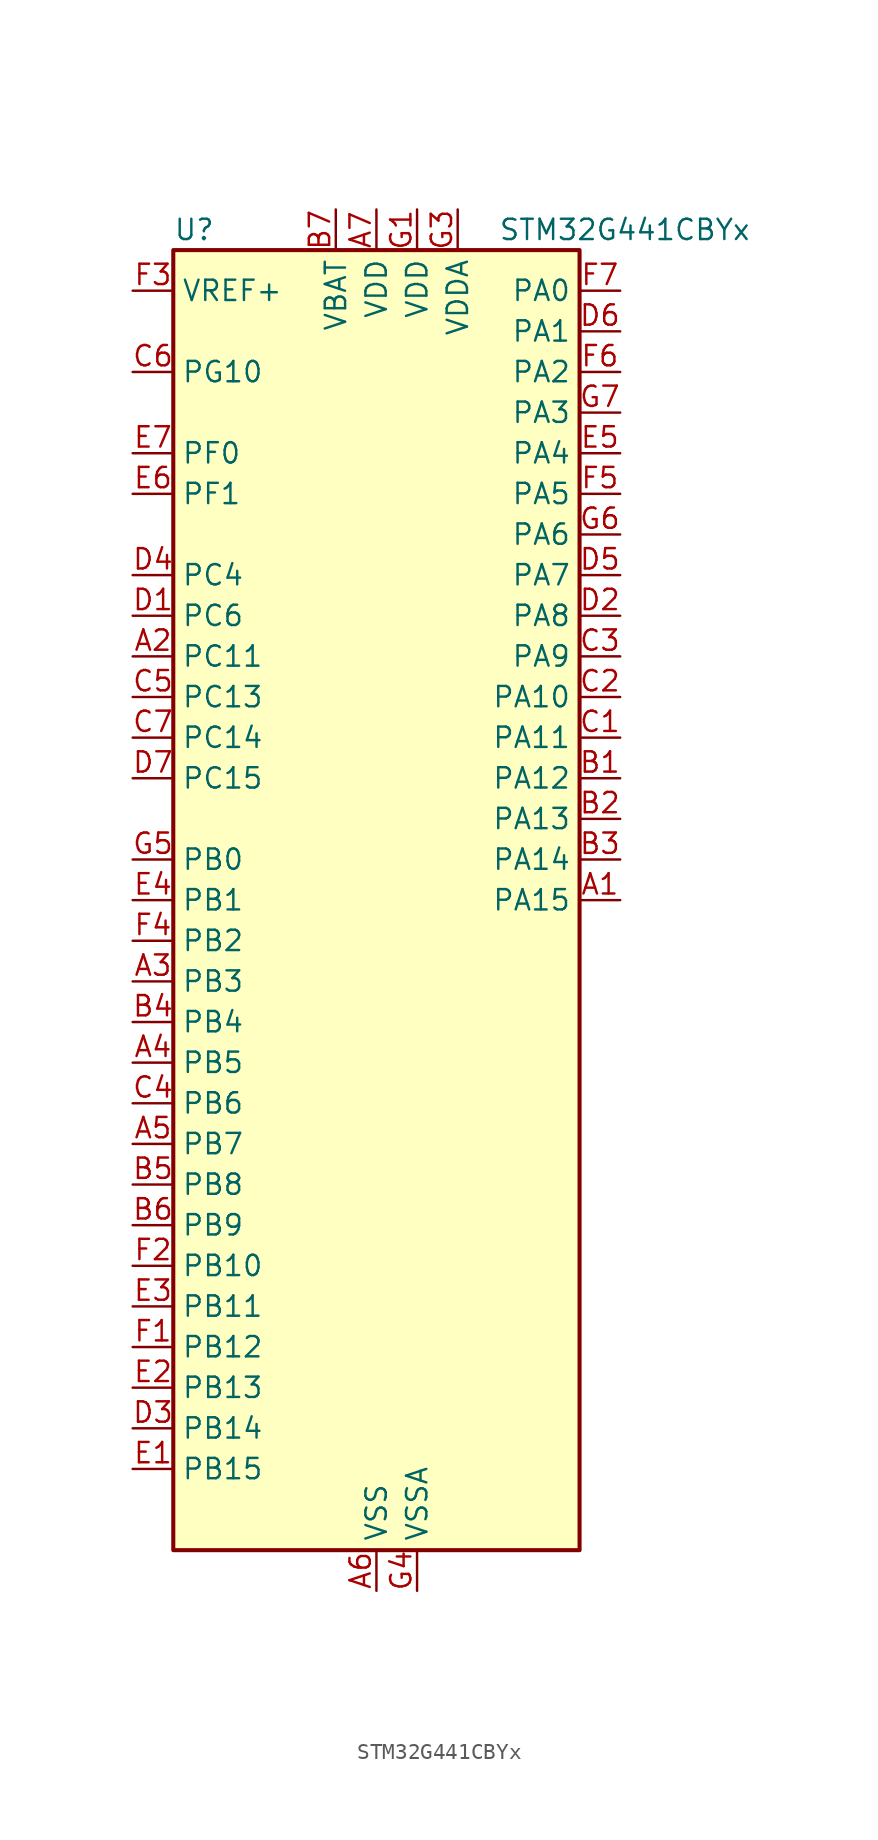
<source format=kicad_sym>
(kicad_symbol_lib
  (version 20231120)
  (generator "kicad_symbol_editor")
  (generator_version "8.0")
  (symbol "STM32G441CBYx"
    (property "Reference" "U"
      (at -12.7 41.91 0)
      (effects (font (size 1.27 1.27)) (justify left)))
    (property "Value" "STM32G441CBYx"
      (at 7.62 41.91 0)
      (effects (font (size 1.27 1.27)) (justify left)))
    (property "ki_locked" ""
      (at 0 0 0)
      (effects (font (size 1.27 1.27))))
    (symbol "STM32G441CBYx_0_1"
      (rectangle (start -12.7 -40.64) (end 12.7 40.64) (stroke (width 0.254) (type default)) (fill (type background))))
    (symbol "STM32G441CBYx_1_1"
      (pin bidirectional line (at 15.24 0 180) (length 2.54) (name "PA15" (effects (font (size 1.27 1.27)))) (number "A1" (effects (font (size 1.27 1.27)))) (alternate "ADC1_EXTI15" bidirectional line) (alternate "ADC2_EXTI15" bidirectional line) (alternate "I2C1_SCL" bidirectional line) (alternate "I2S3_WS" bidirectional line) (alternate "SPI1_NSS" bidirectional line) (alternate "SPI3_NSS" bidirectional line) (alternate "SYS_JTDI" bidirectional line) (alternate "TIM1_BKIN" bidirectional line) (alternate "TIM2_CH1" bidirectional line) (alternate "TIM2_ETR" bidirectional line) (alternate "TIM8_CH1" bidirectional line) (alternate "USART2_RX" bidirectional line))
      (pin bidirectional line (at -15.24 15.24 0) (length 2.54) (name "PC11" (effects (font (size 1.27 1.27)))) (number "A2" (effects (font (size 1.27 1.27)))) (alternate "ADC1_EXTI11" bidirectional line) (alternate "ADC2_EXTI11" bidirectional line) (alternate "I2C3_SDA" bidirectional line) (alternate "SPI3_MISO" bidirectional line) (alternate "TIM8_CH2N" bidirectional line) (alternate "USART3_RX" bidirectional line))
      (pin bidirectional line (at -15.24 -5.08 0) (length 2.54) (name "PB3" (effects (font (size 1.27 1.27)))) (number "A3" (effects (font (size 1.27 1.27)))) (alternate "CRS_SYNC" bidirectional line) (alternate "I2S3_CK" bidirectional line) (alternate "SAI1_SCK_B" bidirectional line) (alternate "SPI1_SCK" bidirectional line) (alternate "SPI3_SCK" bidirectional line) (alternate "SYS_JTDO-SWO" bidirectional line) (alternate "TIM2_CH2" bidirectional line) (alternate "TIM3_ETR" bidirectional line) (alternate "TIM4_ETR" bidirectional line) (alternate "TIM8_CH1N" bidirectional line) (alternate "USART2_TX" bidirectional line))
      (pin bidirectional line (at -15.24 -10.16 0) (length 2.54) (name "PB5" (effects (font (size 1.27 1.27)))) (number "A4" (effects (font (size 1.27 1.27)))) (alternate "I2C1_SMBA" bidirectional line) (alternate "I2C3_SDA" bidirectional line) (alternate "I2S3_SD" bidirectional line) (alternate "LPTIM1_IN1" bidirectional line) (alternate "SAI1_SD_B" bidirectional line) (alternate "SPI1_MOSI" bidirectional line) (alternate "SPI3_MOSI" bidirectional line) (alternate "TIM16_BKIN" bidirectional line) (alternate "TIM17_CH1" bidirectional line) (alternate "TIM3_CH2" bidirectional line) (alternate "TIM8_CH3N" bidirectional line) (alternate "USART2_CK" bidirectional line))
      (pin bidirectional line (at -15.24 -15.24 0) (length 2.54) (name "PB7" (effects (font (size 1.27 1.27)))) (number "A5" (effects (font (size 1.27 1.27)))) (alternate "COMP3_OUT" bidirectional line) (alternate "I2C1_SDA" bidirectional line) (alternate "LPTIM1_IN2" bidirectional line) (alternate "SYS_PVD_IN" bidirectional line) (alternate "TIM17_CH1N" bidirectional line) (alternate "TIM3_CH4" bidirectional line) (alternate "TIM4_CH2" bidirectional line) (alternate "TIM8_BKIN" bidirectional line) (alternate "USART1_RX" bidirectional line))
      (pin power_in line (at 0 -43.18 90) (length 2.54) (name "VSS" (effects (font (size 1.27 1.27)))) (number "A6" (effects (font (size 1.27 1.27)))))
      (pin power_in line (at 0 43.18 270) (length 2.54) (name "VDD" (effects (font (size 1.27 1.27)))) (number "A7" (effects (font (size 1.27 1.27)))))
      (pin bidirectional line (at 15.24 7.62 180) (length 2.54) (name "PA12" (effects (font (size 1.27 1.27)))) (number "B1" (effects (font (size 1.27 1.27)))) (alternate "COMP2_OUT" bidirectional line) (alternate "FDCAN1_TX" bidirectional line) (alternate "I2S_CKIN" bidirectional line) (alternate "TIM16_CH1" bidirectional line) (alternate "TIM1_CH2N" bidirectional line) (alternate "TIM1_ETR" bidirectional line) (alternate "TIM4_CH2" bidirectional line) (alternate "USART1_DE" bidirectional line) (alternate "USART1_RTS" bidirectional line) (alternate "USB_DP" bidirectional line))
      (pin bidirectional line (at 15.24 5.08 180) (length 2.54) (name "PA13" (effects (font (size 1.27 1.27)))) (number "B2" (effects (font (size 1.27 1.27)))) (alternate "I2C1_SCL" bidirectional line) (alternate "IR_OUT" bidirectional line) (alternate "SAI1_SD_B" bidirectional line) (alternate "SYS_JTMS-SWDIO" bidirectional line) (alternate "TIM16_CH1N" bidirectional line) (alternate "TIM4_CH3" bidirectional line) (alternate "USART3_CTS" bidirectional line) (alternate "USART3_NSS" bidirectional line))
      (pin bidirectional line (at 15.24 2.54 180) (length 2.54) (name "PA14" (effects (font (size 1.27 1.27)))) (number "B3" (effects (font (size 1.27 1.27)))) (alternate "I2C1_SDA" bidirectional line) (alternate "LPTIM1_OUT" bidirectional line) (alternate "SAI1_FS_B" bidirectional line) (alternate "SYS_JTCK-SWCLK" bidirectional line) (alternate "TIM1_BKIN" bidirectional line) (alternate "TIM8_CH2" bidirectional line) (alternate "USART2_TX" bidirectional line))
      (pin bidirectional line (at -15.24 -7.62 0) (length 2.54) (name "PB4" (effects (font (size 1.27 1.27)))) (number "B4" (effects (font (size 1.27 1.27)))) (alternate "SAI1_MCLK_B" bidirectional line) (alternate "SPI1_MISO" bidirectional line) (alternate "SPI3_MISO" bidirectional line) (alternate "SYS_JTRST" bidirectional line) (alternate "TIM16_CH1" bidirectional line) (alternate "TIM17_BKIN" bidirectional line) (alternate "TIM3_CH1" bidirectional line) (alternate "TIM8_CH2N" bidirectional line) (alternate "UCPD1_CC2" bidirectional line) (alternate "USART2_RX" bidirectional line))
      (pin bidirectional line (at -15.24 -17.78 0) (length 2.54) (name "PB8" (effects (font (size 1.27 1.27)))) (number "B5" (effects (font (size 1.27 1.27)))) (alternate "COMP1_OUT" bidirectional line) (alternate "FDCAN1_RX" bidirectional line) (alternate "I2C1_SCL" bidirectional line) (alternate "SAI1_CK1" bidirectional line) (alternate "SAI1_MCLK_A" bidirectional line) (alternate "TIM16_CH1" bidirectional line) (alternate "TIM1_BKIN" bidirectional line) (alternate "TIM4_CH3" bidirectional line) (alternate "TIM8_CH2" bidirectional line) (alternate "USART3_RX" bidirectional line))
      (pin bidirectional line (at -15.24 -20.32 0) (length 2.54) (name "PB9" (effects (font (size 1.27 1.27)))) (number "B6" (effects (font (size 1.27 1.27)))) (alternate "COMP2_OUT" bidirectional line) (alternate "DAC1_EXTI9" bidirectional line) (alternate "DAC3_EXTI9" bidirectional line) (alternate "FDCAN1_TX" bidirectional line) (alternate "I2C1_SDA" bidirectional line) (alternate "IR_OUT" bidirectional line) (alternate "SAI1_D2" bidirectional line) (alternate "SAI1_FS_A" bidirectional line) (alternate "TIM17_CH1" bidirectional line) (alternate "TIM1_CH3N" bidirectional line) (alternate "TIM4_CH4" bidirectional line) (alternate "TIM8_CH3" bidirectional line) (alternate "USART3_TX" bidirectional line))
      (pin power_in line (at -2.54 43.18 270) (length 2.54) (name "VBAT" (effects (font (size 1.27 1.27)))) (number "B7" (effects (font (size 1.27 1.27)))))
      (pin bidirectional line (at 15.24 10.16 180) (length 2.54) (name "PA11" (effects (font (size 1.27 1.27)))) (number "C1" (effects (font (size 1.27 1.27)))) (alternate "ADC1_EXTI11" bidirectional line) (alternate "ADC2_EXTI11" bidirectional line) (alternate "COMP1_OUT" bidirectional line) (alternate "FDCAN1_RX" bidirectional line) (alternate "I2S2_SD" bidirectional line) (alternate "SPI2_MOSI" bidirectional line) (alternate "TIM1_BKIN2" bidirectional line) (alternate "TIM1_CH1N" bidirectional line) (alternate "TIM1_CH4" bidirectional line) (alternate "TIM4_CH1" bidirectional line) (alternate "USART1_CTS" bidirectional line) (alternate "USART1_NSS" bidirectional line) (alternate "USB_DM" bidirectional line))
      (pin bidirectional line (at 15.24 12.7 180) (length 2.54) (name "PA10" (effects (font (size 1.27 1.27)))) (number "C2" (effects (font (size 1.27 1.27)))) (alternate "CRS_SYNC" bidirectional line) (alternate "DAC1_EXTI10" bidirectional line) (alternate "DAC3_EXTI10" bidirectional line) (alternate "I2C2_SMBA" bidirectional line) (alternate "SAI1_D1" bidirectional line) (alternate "SAI1_SD_A" bidirectional line) (alternate "SPI2_MISO" bidirectional line) (alternate "TIM17_BKIN" bidirectional line) (alternate "TIM1_CH3" bidirectional line) (alternate "TIM2_CH4" bidirectional line) (alternate "TIM8_BKIN" bidirectional line) (alternate "UCPD1_DBCC2" bidirectional line) (alternate "USART1_RX" bidirectional line))
      (pin bidirectional line (at 15.24 15.24 180) (length 2.54) (name "PA9" (effects (font (size 1.27 1.27)))) (number "C3" (effects (font (size 1.27 1.27)))) (alternate "DAC1_EXTI9" bidirectional line) (alternate "DAC3_EXTI9" bidirectional line) (alternate "I2C2_SCL" bidirectional line) (alternate "I2C3_SMBA" bidirectional line) (alternate "I2S3_MCK" bidirectional line) (alternate "SAI1_FS_A" bidirectional line) (alternate "TIM15_BKIN" bidirectional line) (alternate "TIM1_CH2" bidirectional line) (alternate "TIM2_CH3" bidirectional line) (alternate "UCPD1_DBCC1" bidirectional line) (alternate "USART1_TX" bidirectional line))
      (pin bidirectional line (at -15.24 -12.7 0) (length 2.54) (name "PB6" (effects (font (size 1.27 1.27)))) (number "C4" (effects (font (size 1.27 1.27)))) (alternate "COMP4_OUT" bidirectional line) (alternate "LPTIM1_ETR" bidirectional line) (alternate "SAI1_FS_B" bidirectional line) (alternate "TIM16_CH1N" bidirectional line) (alternate "TIM4_CH1" bidirectional line) (alternate "TIM8_BKIN2" bidirectional line) (alternate "TIM8_CH1" bidirectional line) (alternate "TIM8_ETR" bidirectional line) (alternate "UCPD1_CC1" bidirectional line) (alternate "USART1_TX" bidirectional line))
      (pin bidirectional line (at -15.24 12.7 0) (length 2.54) (name "PC13" (effects (font (size 1.27 1.27)))) (number "C5" (effects (font (size 1.27 1.27)))) (alternate "RTC_OUT1" bidirectional line) (alternate "RTC_TAMP1" bidirectional line) (alternate "RTC_TS" bidirectional line) (alternate "SYS_WKUP2" bidirectional line) (alternate "TIM1_BKIN" bidirectional line) (alternate "TIM1_CH1N" bidirectional line) (alternate "TIM8_CH4N" bidirectional line))
      (pin bidirectional line (at -15.24 33.02 0) (length 2.54) (name "PG10" (effects (font (size 1.27 1.27)))) (number "C6" (effects (font (size 1.27 1.27)))) (alternate "DAC1_EXTI10" bidirectional line) (alternate "DAC3_EXTI10" bidirectional line) (alternate "RCC_MCO" bidirectional line))
      (pin bidirectional line (at -15.24 10.16 0) (length 2.54) (name "PC14" (effects (font (size 1.27 1.27)))) (number "C7" (effects (font (size 1.27 1.27)))) (alternate "RCC_OSC32_IN" bidirectional line))
      (pin bidirectional line (at -15.24 17.78 0) (length 2.54) (name "PC6" (effects (font (size 1.27 1.27)))) (number "D1" (effects (font (size 1.27 1.27)))) (alternate "I2S2_MCK" bidirectional line) (alternate "TIM3_CH1" bidirectional line) (alternate "TIM8_CH1" bidirectional line))
      (pin bidirectional line (at 15.24 17.78 180) (length 2.54) (name "PA8" (effects (font (size 1.27 1.27)))) (number "D2" (effects (font (size 1.27 1.27)))) (alternate "I2C2_SDA" bidirectional line) (alternate "I2C3_SCL" bidirectional line) (alternate "I2S2_MCK" bidirectional line) (alternate "RCC_MCO" bidirectional line) (alternate "SAI1_CK2" bidirectional line) (alternate "SAI1_SCK_A" bidirectional line) (alternate "TIM1_CH1" bidirectional line) (alternate "TIM4_ETR" bidirectional line) (alternate "USART1_CK" bidirectional line))
      (pin bidirectional line (at -15.24 -33.02 0) (length 2.54) (name "PB14" (effects (font (size 1.27 1.27)))) (number "D3" (effects (font (size 1.27 1.27)))) (alternate "ADC1_IN5" bidirectional line) (alternate "COMP4_OUT" bidirectional line) (alternate "OPAMP2_VINP" bidirectional line) (alternate "OPAMP2_VINP_SEC" bidirectional line) (alternate "SPI2_MISO" bidirectional line) (alternate "TIM15_CH1" bidirectional line) (alternate "TIM1_CH2N" bidirectional line) (alternate "USART3_DE" bidirectional line) (alternate "USART3_RTS" bidirectional line))
      (pin bidirectional line (at -15.24 20.32 0) (length 2.54) (name "PC4" (effects (font (size 1.27 1.27)))) (number "D4" (effects (font (size 1.27 1.27)))) (alternate "ADC2_IN5" bidirectional line) (alternate "I2C2_SCL" bidirectional line) (alternate "TIM1_ETR" bidirectional line) (alternate "USART1_TX" bidirectional line))
      (pin bidirectional line (at 15.24 20.32 180) (length 2.54) (name "PA7" (effects (font (size 1.27 1.27)))) (number "D5" (effects (font (size 1.27 1.27)))) (alternate "ADC2_IN4" bidirectional line) (alternate "COMP2_INP" bidirectional line) (alternate "COMP2_OUT" bidirectional line) (alternate "OPAMP1_VINP" bidirectional line) (alternate "OPAMP1_VINP_SEC" bidirectional line) (alternate "OPAMP2_VINP" bidirectional line) (alternate "OPAMP2_VINP_SEC" bidirectional line) (alternate "SPI1_MOSI" bidirectional line) (alternate "TIM17_CH1" bidirectional line) (alternate "TIM1_CH1N" bidirectional line) (alternate "TIM3_CH2" bidirectional line) (alternate "TIM8_CH1N" bidirectional line) (alternate "UCPD1_FRSTX1" bidirectional line) (alternate "UCPD1_FRSTX2" bidirectional line))
      (pin bidirectional line (at 15.24 35.56 180) (length 2.54) (name "PA1" (effects (font (size 1.27 1.27)))) (number "D6" (effects (font (size 1.27 1.27)))) (alternate "ADC1_IN2" bidirectional line) (alternate "ADC2_IN2" bidirectional line) (alternate "COMP1_INP" bidirectional line) (alternate "OPAMP1_VINP" bidirectional line) (alternate "OPAMP1_VINP_SEC" bidirectional line) (alternate "OPAMP3_VINP" bidirectional line) (alternate "OPAMP3_VINP_SEC" bidirectional line) (alternate "RTC_REFIN" bidirectional line) (alternate "TIM15_CH1N" bidirectional line) (alternate "TIM2_CH2" bidirectional line) (alternate "USART2_DE" bidirectional line) (alternate "USART2_RTS" bidirectional line))
      (pin bidirectional line (at -15.24 7.62 0) (length 2.54) (name "PC15" (effects (font (size 1.27 1.27)))) (number "D7" (effects (font (size 1.27 1.27)))) (alternate "ADC1_EXTI15" bidirectional line) (alternate "ADC2_EXTI15" bidirectional line) (alternate "RCC_OSC32_OUT" bidirectional line))
      (pin bidirectional line (at -15.24 -35.56 0) (length 2.54) (name "PB15" (effects (font (size 1.27 1.27)))) (number "E1" (effects (font (size 1.27 1.27)))) (alternate "ADC1_EXTI15" bidirectional line) (alternate "ADC2_EXTI15" bidirectional line) (alternate "ADC2_IN15" bidirectional line) (alternate "COMP3_OUT" bidirectional line) (alternate "I2S2_SD" bidirectional line) (alternate "RTC_REFIN" bidirectional line) (alternate "SPI2_MOSI" bidirectional line) (alternate "TIM15_CH1N" bidirectional line) (alternate "TIM15_CH2" bidirectional line) (alternate "TIM1_CH3N" bidirectional line))
      (pin bidirectional line (at -15.24 -30.48 0) (length 2.54) (name "PB13" (effects (font (size 1.27 1.27)))) (number "E2" (effects (font (size 1.27 1.27)))) (alternate "I2S2_CK" bidirectional line) (alternate "LPUART1_CTS" bidirectional line) (alternate "OPAMP3_VINP" bidirectional line) (alternate "OPAMP3_VINP_SEC" bidirectional line) (alternate "SPI2_SCK" bidirectional line) (alternate "TIM1_CH1N" bidirectional line) (alternate "USART3_CTS" bidirectional line) (alternate "USART3_NSS" bidirectional line))
      (pin bidirectional line (at -15.24 -25.4 0) (length 2.54) (name "PB11" (effects (font (size 1.27 1.27)))) (number "E3" (effects (font (size 1.27 1.27)))) (alternate "ADC1_EXTI11" bidirectional line) (alternate "ADC1_IN14" bidirectional line) (alternate "ADC2_EXTI11" bidirectional line) (alternate "ADC2_IN14" bidirectional line) (alternate "LPUART1_TX" bidirectional line) (alternate "TIM2_CH4" bidirectional line) (alternate "USART3_RX" bidirectional line))
      (pin bidirectional line (at -15.24 0 0) (length 2.54) (name "PB1" (effects (font (size 1.27 1.27)))) (number "E4" (effects (font (size 1.27 1.27)))) (alternate "ADC1_IN12" bidirectional line) (alternate "COMP1_INP" bidirectional line) (alternate "COMP4_OUT" bidirectional line) (alternate "LPUART1_DE" bidirectional line) (alternate "LPUART1_RTS" bidirectional line) (alternate "OPAMP3_VOUT" bidirectional line) (alternate "TIM1_CH3N" bidirectional line) (alternate "TIM3_CH4" bidirectional line) (alternate "TIM8_CH3N" bidirectional line))
      (pin bidirectional line (at 15.24 27.94 180) (length 2.54) (name "PA4" (effects (font (size 1.27 1.27)))) (number "E5" (effects (font (size 1.27 1.27)))) (alternate "ADC2_IN17" bidirectional line) (alternate "COMP1_INM" bidirectional line) (alternate "DAC1_OUT1" bidirectional line) (alternate "I2S3_WS" bidirectional line) (alternate "SAI1_FS_B" bidirectional line) (alternate "SPI1_NSS" bidirectional line) (alternate "SPI3_NSS" bidirectional line) (alternate "TIM3_CH2" bidirectional line) (alternate "USART2_CK" bidirectional line))
      (pin bidirectional line (at -15.24 25.4 0) (length 2.54) (name "PF1" (effects (font (size 1.27 1.27)))) (number "E6" (effects (font (size 1.27 1.27)))) (alternate "ADC2_IN10" bidirectional line) (alternate "COMP3_INM" bidirectional line) (alternate "I2S2_CK" bidirectional line) (alternate "RCC_OSC_OUT" bidirectional line) (alternate "SPI2_SCK" bidirectional line))
      (pin bidirectional line (at -15.24 27.94 0) (length 2.54) (name "PF0" (effects (font (size 1.27 1.27)))) (number "E7" (effects (font (size 1.27 1.27)))) (alternate "ADC1_IN10" bidirectional line) (alternate "I2C2_SDA" bidirectional line) (alternate "I2S2_WS" bidirectional line) (alternate "RCC_OSC_IN" bidirectional line) (alternate "SPI2_NSS" bidirectional line) (alternate "TIM1_CH3N" bidirectional line))
      (pin bidirectional line (at -15.24 -27.94 0) (length 2.54) (name "PB12" (effects (font (size 1.27 1.27)))) (number "F1" (effects (font (size 1.27 1.27)))) (alternate "ADC1_IN11" bidirectional line) (alternate "I2C2_SMBA" bidirectional line) (alternate "I2S2_WS" bidirectional line) (alternate "LPUART1_DE" bidirectional line) (alternate "LPUART1_RTS" bidirectional line) (alternate "SPI2_NSS" bidirectional line) (alternate "TIM1_BKIN" bidirectional line) (alternate "USART3_CK" bidirectional line))
      (pin bidirectional line (at -15.24 -22.86 0) (length 2.54) (name "PB10" (effects (font (size 1.27 1.27)))) (number "F2" (effects (font (size 1.27 1.27)))) (alternate "DAC1_EXTI10" bidirectional line) (alternate "DAC3_EXTI10" bidirectional line) (alternate "LPUART1_RX" bidirectional line) (alternate "OPAMP3_VINM" bidirectional line) (alternate "OPAMP3_VINM1" bidirectional line) (alternate "OPAMP3_VINM_SEC" bidirectional line) (alternate "SAI1_SCK_A" bidirectional line) (alternate "TIM1_BKIN" bidirectional line) (alternate "TIM2_CH3" bidirectional line) (alternate "USART3_TX" bidirectional line))
      (pin input line (at -15.24 38.1 0) (length 2.54) (name "VREF+" (effects (font (size 1.27 1.27)))) (number "F3" (effects (font (size 1.27 1.27)))) (alternate "VREFBUF_OUT" bidirectional line))
      (pin bidirectional line (at -15.24 -2.54 0) (length 2.54) (name "PB2" (effects (font (size 1.27 1.27)))) (number "F4" (effects (font (size 1.27 1.27)))) (alternate "ADC2_IN12" bidirectional line) (alternate "COMP4_INM" bidirectional line) (alternate "I2C3_SMBA" bidirectional line) (alternate "LPTIM1_OUT" bidirectional line) (alternate "OPAMP3_VINM" bidirectional line) (alternate "OPAMP3_VINM0" bidirectional line) (alternate "OPAMP3_VINM_SEC" bidirectional line) (alternate "RTC_OUT2" bidirectional line))
      (pin bidirectional line (at 15.24 25.4 180) (length 2.54) (name "PA5" (effects (font (size 1.27 1.27)))) (number "F5" (effects (font (size 1.27 1.27)))) (alternate "ADC2_IN13" bidirectional line) (alternate "COMP2_INM" bidirectional line) (alternate "DAC1_OUT2" bidirectional line) (alternate "OPAMP2_VINM" bidirectional line) (alternate "OPAMP2_VINM0" bidirectional line) (alternate "OPAMP2_VINM_SEC" bidirectional line) (alternate "SPI1_SCK" bidirectional line) (alternate "TIM2_CH1" bidirectional line) (alternate "TIM2_ETR" bidirectional line) (alternate "UCPD1_FRSTX1" bidirectional line) (alternate "UCPD1_FRSTX2" bidirectional line))
      (pin bidirectional line (at 15.24 33.02 180) (length 2.54) (name "PA2" (effects (font (size 1.27 1.27)))) (number "F6" (effects (font (size 1.27 1.27)))) (alternate "ADC1_IN3" bidirectional line) (alternate "COMP2_INM" bidirectional line) (alternate "COMP2_OUT" bidirectional line) (alternate "LPUART1_TX" bidirectional line) (alternate "OPAMP1_VOUT" bidirectional line) (alternate "RCC_LSCO" bidirectional line) (alternate "SYS_WKUP4" bidirectional line) (alternate "TIM15_CH1" bidirectional line) (alternate "TIM2_CH3" bidirectional line) (alternate "UCPD1_FRSTX1" bidirectional line) (alternate "UCPD1_FRSTX2" bidirectional line) (alternate "USART2_TX" bidirectional line))
      (pin bidirectional line (at 15.24 38.1 180) (length 2.54) (name "PA0" (effects (font (size 1.27 1.27)))) (number "F7" (effects (font (size 1.27 1.27)))) (alternate "ADC1_IN1" bidirectional line) (alternate "ADC2_IN1" bidirectional line) (alternate "COMP1_INM" bidirectional line) (alternate "COMP1_OUT" bidirectional line) (alternate "COMP3_INP" bidirectional line) (alternate "RTC_TAMP2" bidirectional line) (alternate "SYS_WKUP1" bidirectional line) (alternate "TIM2_CH1" bidirectional line) (alternate "TIM2_ETR" bidirectional line) (alternate "TIM8_BKIN" bidirectional line) (alternate "TIM8_ETR" bidirectional line) (alternate "USART2_CTS" bidirectional line) (alternate "USART2_NSS" bidirectional line))
      (pin power_in line (at 2.54 43.18 270) (length 2.54) (name "VDD" (effects (font (size 1.27 1.27)))) (number "G1" (effects (font (size 1.27 1.27)))))
      (pin passive line (at 0 -43.18 90) (length 2.54) hide (name "VSS" (effects (font (size 1.27 1.27)))) (number "G2" (effects (font (size 1.27 1.27)))))
      (pin power_in line (at 5.08 43.18 270) (length 2.54) (name "VDDA" (effects (font (size 1.27 1.27)))) (number "G3" (effects (font (size 1.27 1.27)))))
      (pin power_in line (at 2.54 -43.18 90) (length 2.54) (name "VSSA" (effects (font (size 1.27 1.27)))) (number "G4" (effects (font (size 1.27 1.27)))))
      (pin bidirectional line (at -15.24 2.54 0) (length 2.54) (name "PB0" (effects (font (size 1.27 1.27)))) (number "G5" (effects (font (size 1.27 1.27)))) (alternate "ADC1_IN15" bidirectional line) (alternate "COMP4_INP" bidirectional line) (alternate "OPAMP2_VINP" bidirectional line) (alternate "OPAMP2_VINP_SEC" bidirectional line) (alternate "OPAMP3_VINP" bidirectional line) (alternate "OPAMP3_VINP_SEC" bidirectional line) (alternate "TIM1_CH2N" bidirectional line) (alternate "TIM3_CH3" bidirectional line) (alternate "TIM8_CH2N" bidirectional line) (alternate "UCPD1_FRSTX1" bidirectional line) (alternate "UCPD1_FRSTX2" bidirectional line))
      (pin bidirectional line (at 15.24 22.86 180) (length 2.54) (name "PA6" (effects (font (size 1.27 1.27)))) (number "G6" (effects (font (size 1.27 1.27)))) (alternate "ADC2_IN3" bidirectional line) (alternate "COMP1_OUT" bidirectional line) (alternate "LPUART1_CTS" bidirectional line) (alternate "OPAMP2_VOUT" bidirectional line) (alternate "SPI1_MISO" bidirectional line) (alternate "TIM16_CH1" bidirectional line) (alternate "TIM1_BKIN" bidirectional line) (alternate "TIM3_CH1" bidirectional line) (alternate "TIM8_BKIN" bidirectional line))
      (pin bidirectional line (at 15.24 30.48 180) (length 2.54) (name "PA3" (effects (font (size 1.27 1.27)))) (number "G7" (effects (font (size 1.27 1.27)))) (alternate "ADC1_IN4" bidirectional line) (alternate "COMP2_INP" bidirectional line) (alternate "LPUART1_RX" bidirectional line) (alternate "OPAMP1_VINM" bidirectional line) (alternate "OPAMP1_VINM0" bidirectional line) (alternate "OPAMP1_VINM_SEC" bidirectional line) (alternate "OPAMP1_VINP" bidirectional line) (alternate "OPAMP1_VINP_SEC" bidirectional line) (alternate "SAI1_CK1" bidirectional line) (alternate "SAI1_MCLK_A" bidirectional line) (alternate "TIM15_CH2" bidirectional line) (alternate "TIM2_CH4" bidirectional line) (alternate "USART2_RX" bidirectional line)))))
</source>
